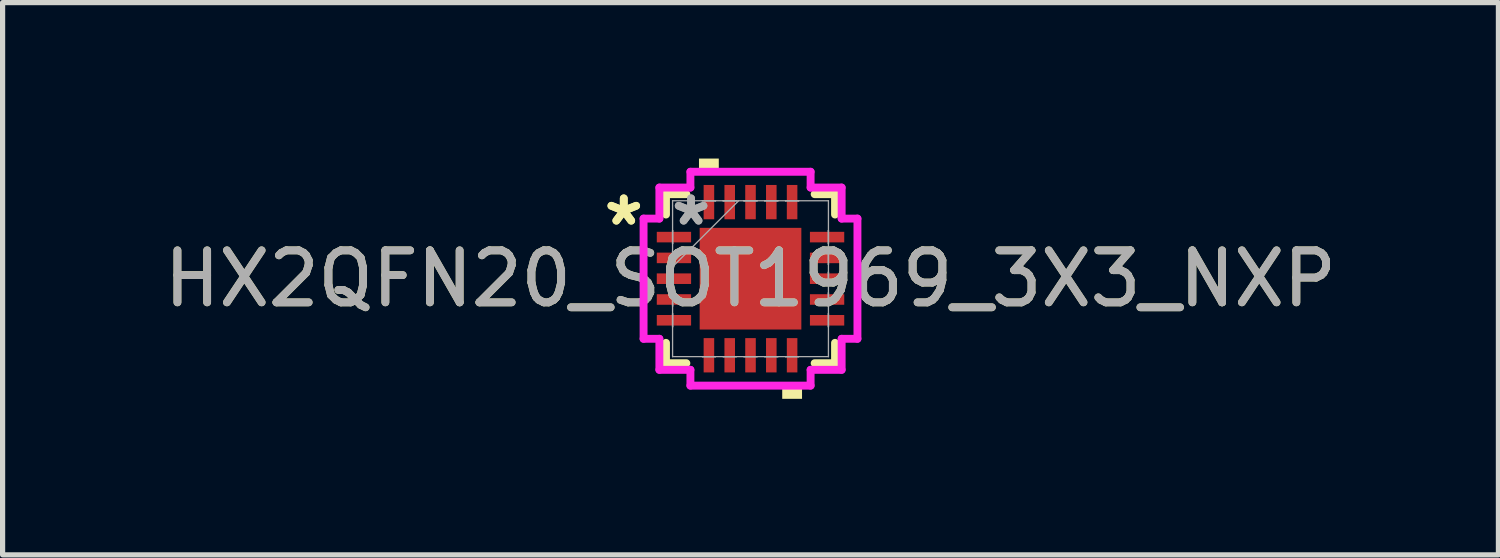
<source format=kicad_pcb>
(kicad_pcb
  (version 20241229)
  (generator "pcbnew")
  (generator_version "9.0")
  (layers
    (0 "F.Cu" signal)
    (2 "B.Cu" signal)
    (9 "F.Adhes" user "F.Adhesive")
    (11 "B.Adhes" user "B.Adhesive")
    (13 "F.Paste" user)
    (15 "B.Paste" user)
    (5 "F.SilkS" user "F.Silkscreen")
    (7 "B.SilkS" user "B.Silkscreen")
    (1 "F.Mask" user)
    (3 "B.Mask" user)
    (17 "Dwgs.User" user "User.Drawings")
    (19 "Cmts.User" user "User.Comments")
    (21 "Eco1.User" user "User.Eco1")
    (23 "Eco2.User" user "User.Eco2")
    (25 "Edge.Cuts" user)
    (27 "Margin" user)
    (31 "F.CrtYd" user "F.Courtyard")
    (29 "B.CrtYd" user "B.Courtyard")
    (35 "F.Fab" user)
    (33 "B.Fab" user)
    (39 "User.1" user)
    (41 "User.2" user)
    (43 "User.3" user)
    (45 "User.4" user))
  (footprint "HX2QFN20_SOT1969_3X3_NXP"
    (layer "F.Cu")
    (at 11.387 2.311)
    (property "Reference" "HX2QFN20_SOT1969_3X3_NXP" (at 0 0 0) (unlocked yes) (layer "F.SilkS") (effects (font (size 1 1) (thickness 0.15))))
    (attr smd)
    (fp_line (start -1.626 -1.626) (end -1.626 -1.234) (stroke (width 0.152) (type solid)) (layer "F.SilkS"))
    (fp_line (start -1.626 1.234) (end -1.626 1.626) (stroke (width 0.152) (type solid)) (layer "F.SilkS"))
    (fp_line (start -1.626 1.626) (end -1.234 1.626) (stroke (width 0.152) (type solid)) (layer "F.SilkS"))
    (fp_line (start -1.234 -1.626) (end -1.626 -1.626) (stroke (width 0.152) (type solid)) (layer "F.SilkS"))
    (fp_line (start 1.234 1.626) (end 1.626 1.626) (stroke (width 0.152) (type solid)) (layer "F.SilkS"))
    (fp_line (start 1.626 -1.626) (end 1.234 -1.626) (stroke (width 0.152) (type solid)) (layer "F.SilkS"))
    (fp_line (start 1.626 -1.234) (end 1.626 -1.626) (stroke (width 0.152) (type solid)) (layer "F.SilkS"))
    (fp_line (start 1.626 1.626) (end 1.626 1.234) (stroke (width 0.152) (type solid)) (layer "F.SilkS"))
    (fp_poly (pts (xy -0.991 -2.057) (xy -0.991 -2.311) (xy -0.61 -2.311) (xy -0.61 -2.057)) (stroke (width 0) (type solid)) (fill yes) (layer "F.SilkS"))
    (fp_poly (pts (xy 0.61 2.057) (xy 0.61 2.311) (xy 0.991 2.311) (xy 0.991 2.057)) (stroke (width 0) (type solid)) (fill yes) (layer "F.SilkS"))
    (fp_line (start -2.057 -1.156) (end -1.753 -1.156) (stroke (width 0.152) (type solid)) (layer "F.CrtYd"))
    (fp_line (start -2.057 1.156) (end -2.057 -1.156) (stroke (width 0.152) (type solid)) (layer "F.CrtYd"))
    (fp_line (start -1.753 -1.753) (end -1.156 -1.753) (stroke (width 0.152) (type solid)) (layer "F.CrtYd"))
    (fp_line (start -1.753 -1.156) (end -1.753 -1.753) (stroke (width 0.152) (type solid)) (layer "F.CrtYd"))
    (fp_line (start -1.753 1.156) (end -2.057 1.156) (stroke (width 0.152) (type solid)) (layer "F.CrtYd"))
    (fp_line (start -1.753 1.753) (end -1.753 1.156) (stroke (width 0.152) (type solid)) (layer "F.CrtYd"))
    (fp_line (start -1.156 -2.057) (end 1.156 -2.057) (stroke (width 0.152) (type solid)) (layer "F.CrtYd"))
    (fp_line (start -1.156 -1.753) (end -1.156 -2.057) (stroke (width 0.152) (type solid)) (layer "F.CrtYd"))
    (fp_line (start -1.156 1.753) (end -1.753 1.753) (stroke (width 0.152) (type solid)) (layer "F.CrtYd"))
    (fp_line (start -1.156 2.057) (end -1.156 1.753) (stroke (width 0.152) (type solid)) (layer "F.CrtYd"))
    (fp_line (start 1.156 -2.057) (end 1.156 -1.753) (stroke (width 0.152) (type solid)) (layer "F.CrtYd"))
    (fp_line (start 1.156 -1.753) (end 1.753 -1.753) (stroke (width 0.152) (type solid)) (layer "F.CrtYd"))
    (fp_line (start 1.156 1.753) (end 1.156 2.057) (stroke (width 0.152) (type solid)) (layer "F.CrtYd"))
    (fp_line (start 1.156 2.057) (end -1.156 2.057) (stroke (width 0.152) (type solid)) (layer "F.CrtYd"))
    (fp_line (start 1.753 -1.753) (end 1.753 -1.156) (stroke (width 0.152) (type solid)) (layer "F.CrtYd"))
    (fp_line (start 1.753 -1.156) (end 2.057 -1.156) (stroke (width 0.152) (type solid)) (layer "F.CrtYd"))
    (fp_line (start 1.753 1.156) (end 1.753 1.753) (stroke (width 0.152) (type solid)) (layer "F.CrtYd"))
    (fp_line (start 1.753 1.753) (end 1.156 1.753) (stroke (width 0.152) (type solid)) (layer "F.CrtYd"))
    (fp_line (start 2.057 -1.156) (end 2.057 1.156) (stroke (width 0.152) (type solid)) (layer "F.CrtYd"))
    (fp_line (start 2.057 1.156) (end 1.753 1.156) (stroke (width 0.152) (type solid)) (layer "F.CrtYd"))
    (fp_line (start -1.499 -1.499) (end -1.499 -1.499) (stroke (width 0.025) (type solid)) (layer "F.Fab"))
    (fp_line (start -1.499 -1.499) (end -1.499 1.499) (stroke (width 0.025) (type solid)) (layer "F.Fab"))
    (fp_line (start -1.499 -0.927) (end -1.499 -0.927) (stroke (width 0.025) (type solid)) (layer "F.Fab"))
    (fp_line (start -1.499 -0.927) (end -1.499 -0.673) (stroke (width 0.025) (type solid)) (layer "F.Fab"))
    (fp_line (start -1.499 -0.673) (end -1.499 -0.927) (stroke (width 0.025) (type solid)) (layer "F.Fab"))
    (fp_line (start -1.499 -0.673) (end -1.499 -0.673) (stroke (width 0.025) (type solid)) (layer "F.Fab"))
    (fp_line (start -1.499 -0.527) (end -1.499 -0.527) (stroke (width 0.025) (type solid)) (layer "F.Fab"))
    (fp_line (start -1.499 -0.527) (end -1.499 -0.273) (stroke (width 0.025) (type solid)) (layer "F.Fab"))
    (fp_line (start -1.499 -0.273) (end -1.499 -0.527) (stroke (width 0.025) (type solid)) (layer "F.Fab"))
    (fp_line (start -1.499 -0.273) (end -1.499 -0.273) (stroke (width 0.025) (type solid)) (layer "F.Fab"))
    (fp_line (start -1.499 -0.229) (end -0.229 -1.499) (stroke (width 0.025) (type solid)) (layer "F.Fab"))
    (fp_line (start -1.499 -0.127) (end -1.499 -0.127) (stroke (width 0.025) (type solid)) (layer "F.Fab"))
    (fp_line (start -1.499 -0.127) (end -1.499 0.127) (stroke (width 0.025) (type solid)) (layer "F.Fab"))
    (fp_line (start -1.499 0.127) (end -1.499 -0.127) (stroke (width 0.025) (type solid)) (layer "F.Fab"))
    (fp_line (start -1.499 0.127) (end -1.499 0.127) (stroke (width 0.025) (type solid)) (layer "F.Fab"))
    (fp_line (start -1.499 0.273) (end -1.499 0.273) (stroke (width 0.025) (type solid)) (layer "F.Fab"))
    (fp_line (start -1.499 0.273) (end -1.499 0.527) (stroke (width 0.025) (type solid)) (layer "F.Fab"))
    (fp_line (start -1.499 0.527) (end -1.499 0.273) (stroke (width 0.025) (type solid)) (layer "F.Fab"))
    (fp_line (start -1.499 0.527) (end -1.499 0.527) (stroke (width 0.025) (type solid)) (layer "F.Fab"))
    (fp_line (start -1.499 0.673) (end -1.499 0.673) (stroke (width 0.025) (type solid)) (layer "F.Fab"))
    (fp_line (start -1.499 0.673) (end -1.499 0.927) (stroke (width 0.025) (type solid)) (layer "F.Fab"))
    (fp_line (start -1.499 0.927) (end -1.499 0.673) (stroke (width 0.025) (type solid)) (layer "F.Fab"))
    (fp_line (start -1.499 0.927) (end -1.499 0.927) (stroke (width 0.025) (type solid)) (layer "F.Fab"))
    (fp_line (start -1.499 1.499) (end -1.499 1.499) (stroke (width 0.025) (type solid)) (layer "F.Fab"))
    (fp_line (start -1.499 1.499) (end 1.499 1.499) (stroke (width 0.025) (type solid)) (layer "F.Fab"))
    (fp_line (start -0.927 -1.499) (end -0.927 -1.499) (stroke (width 0.025) (type solid)) (layer "F.Fab"))
    (fp_line (start -0.927 -1.499) (end -0.673 -1.499) (stroke (width 0.025) (type solid)) (layer "F.Fab"))
    (fp_line (start -0.927 1.499) (end -0.927 1.499) (stroke (width 0.025) (type solid)) (layer "F.Fab"))
    (fp_line (start -0.927 1.499) (end -0.673 1.499) (stroke (width 0.025) (type solid)) (layer "F.Fab"))
    (fp_line (start -0.673 -1.499) (end -0.927 -1.499) (stroke (width 0.025) (type solid)) (layer "F.Fab"))
    (fp_line (start -0.673 -1.499) (end -0.673 -1.499) (stroke (width 0.025) (type solid)) (layer "F.Fab"))
    (fp_line (start -0.673 1.499) (end -0.927 1.499) (stroke (width 0.025) (type solid)) (layer "F.Fab"))
    (fp_line (start -0.673 1.499) (end -0.673 1.499) (stroke (width 0.025) (type solid)) (layer "F.Fab"))
    (fp_line (start -0.527 -1.499) (end -0.527 -1.499) (stroke (width 0.025) (type solid)) (layer "F.Fab"))
    (fp_line (start -0.527 -1.499) (end -0.273 -1.499) (stroke (width 0.025) (type solid)) (layer "F.Fab"))
    (fp_line (start -0.527 1.499) (end -0.527 1.499) (stroke (width 0.025) (type solid)) (layer "F.Fab"))
    (fp_line (start -0.527 1.499) (end -0.273 1.499) (stroke (width 0.025) (type solid)) (layer "F.Fab"))
    (fp_line (start -0.273 -1.499) (end -0.527 -1.499) (stroke (width 0.025) (type solid)) (layer "F.Fab"))
    (fp_line (start -0.273 -1.499) (end -0.273 -1.499) (stroke (width 0.025) (type solid)) (layer "F.Fab"))
    (fp_line (start -0.273 1.499) (end -0.527 1.499) (stroke (width 0.025) (type solid)) (layer "F.Fab"))
    (fp_line (start -0.273 1.499) (end -0.273 1.499) (stroke (width 0.025) (type solid)) (layer "F.Fab"))
    (fp_line (start -0.127 -1.499) (end -0.127 -1.499) (stroke (width 0.025) (type solid)) (layer "F.Fab"))
    (fp_line (start -0.127 -1.499) (end 0.127 -1.499) (stroke (width 0.025) (type solid)) (layer "F.Fab"))
    (fp_line (start -0.127 1.499) (end -0.127 1.499) (stroke (width 0.025) (type solid)) (layer "F.Fab"))
    (fp_line (start -0.127 1.499) (end 0.127 1.499) (stroke (width 0.025) (type solid)) (layer "F.Fab"))
    (fp_line (start 0.127 -1.499) (end -0.127 -1.499) (stroke (width 0.025) (type solid)) (layer "F.Fab"))
    (fp_line (start 0.127 -1.499) (end 0.127 -1.499) (stroke (width 0.025) (type solid)) (layer "F.Fab"))
    (fp_line (start 0.127 1.499) (end -0.127 1.499) (stroke (width 0.025) (type solid)) (layer "F.Fab"))
    (fp_line (start 0.127 1.499) (end 0.127 1.499) (stroke (width 0.025) (type solid)) (layer "F.Fab"))
    (fp_line (start 0.273 -1.499) (end 0.273 -1.499) (stroke (width 0.025) (type solid)) (layer "F.Fab"))
    (fp_line (start 0.273 -1.499) (end 0.527 -1.499) (stroke (width 0.025) (type solid)) (layer "F.Fab"))
    (fp_line (start 0.273 1.499) (end 0.273 1.499) (stroke (width 0.025) (type solid)) (layer "F.Fab"))
    (fp_line (start 0.273 1.499) (end 0.527 1.499) (stroke (width 0.025) (type solid)) (layer "F.Fab"))
    (fp_line (start 0.527 -1.499) (end 0.273 -1.499) (stroke (width 0.025) (type solid)) (layer "F.Fab"))
    (fp_line (start 0.527 -1.499) (end 0.527 -1.499) (stroke (width 0.025) (type solid)) (layer "F.Fab"))
    (fp_line (start 0.527 1.499) (end 0.273 1.499) (stroke (width 0.025) (type solid)) (layer "F.Fab"))
    (fp_line (start 0.527 1.499) (end 0.527 1.499) (stroke (width 0.025) (type solid)) (layer "F.Fab"))
    (fp_line (start 0.673 -1.499) (end 0.673 -1.499) (stroke (width 0.025) (type solid)) (layer "F.Fab"))
    (fp_line (start 0.673 -1.499) (end 0.927 -1.499) (stroke (width 0.025) (type solid)) (layer "F.Fab"))
    (fp_line (start 0.673 1.499) (end 0.673 1.499) (stroke (width 0.025) (type solid)) (layer "F.Fab"))
    (fp_line (start 0.673 1.499) (end 0.927 1.499) (stroke (width 0.025) (type solid)) (layer "F.Fab"))
    (fp_line (start 0.927 -1.499) (end 0.673 -1.499) (stroke (width 0.025) (type solid)) (layer "F.Fab"))
    (fp_line (start 0.927 -1.499) (end 0.927 -1.499) (stroke (width 0.025) (type solid)) (layer "F.Fab"))
    (fp_line (start 0.927 1.499) (end 0.673 1.499) (stroke (width 0.025) (type solid)) (layer "F.Fab"))
    (fp_line (start 0.927 1.499) (end 0.927 1.499) (stroke (width 0.025) (type solid)) (layer "F.Fab"))
    (fp_line (start 1.499 -1.499) (end -1.499 -1.499) (stroke (width 0.025) (type solid)) (layer "F.Fab"))
    (fp_line (start 1.499 -1.499) (end 1.499 -1.499) (stroke (width 0.025) (type solid)) (layer "F.Fab"))
    (fp_line (start 1.499 -0.927) (end 1.499 -0.927) (stroke (width 0.025) (type solid)) (layer "F.Fab"))
    (fp_line (start 1.499 -0.927) (end 1.499 -0.673) (stroke (width 0.025) (type solid)) (layer "F.Fab"))
    (fp_line (start 1.499 -0.673) (end 1.499 -0.927) (stroke (width 0.025) (type solid)) (layer "F.Fab"))
    (fp_line (start 1.499 -0.673) (end 1.499 -0.673) (stroke (width 0.025) (type solid)) (layer "F.Fab"))
    (fp_line (start 1.499 -0.527) (end 1.499 -0.527) (stroke (width 0.025) (type solid)) (layer "F.Fab"))
    (fp_line (start 1.499 -0.527) (end 1.499 -0.273) (stroke (width 0.025) (type solid)) (layer "F.Fab"))
    (fp_line (start 1.499 -0.273) (end 1.499 -0.527) (stroke (width 0.025) (type solid)) (layer "F.Fab"))
    (fp_line (start 1.499 -0.273) (end 1.499 -0.273) (stroke (width 0.025) (type solid)) (layer "F.Fab"))
    (fp_line (start 1.499 -0.127) (end 1.499 -0.127) (stroke (width 0.025) (type solid)) (layer "F.Fab"))
    (fp_line (start 1.499 -0.127) (end 1.499 0.127) (stroke (width 0.025) (type solid)) (layer "F.Fab"))
    (fp_line (start 1.499 0.127) (end 1.499 -0.127) (stroke (width 0.025) (type solid)) (layer "F.Fab"))
    (fp_line (start 1.499 0.127) (end 1.499 0.127) (stroke (width 0.025) (type solid)) (layer "F.Fab"))
    (fp_line (start 1.499 0.273) (end 1.499 0.273) (stroke (width 0.025) (type solid)) (layer "F.Fab"))
    (fp_line (start 1.499 0.273) (end 1.499 0.527) (stroke (width 0.025) (type solid)) (layer "F.Fab"))
    (fp_line (start 1.499 0.527) (end 1.499 0.273) (stroke (width 0.025) (type solid)) (layer "F.Fab"))
    (fp_line (start 1.499 0.527) (end 1.499 0.527) (stroke (width 0.025) (type solid)) (layer "F.Fab"))
    (fp_line (start 1.499 0.673) (end 1.499 0.673) (stroke (width 0.025) (type solid)) (layer "F.Fab"))
    (fp_line (start 1.499 0.673) (end 1.499 0.927) (stroke (width 0.025) (type solid)) (layer "F.Fab"))
    (fp_line (start 1.499 0.927) (end 1.499 0.673) (stroke (width 0.025) (type solid)) (layer "F.Fab"))
    (fp_line (start 1.499 0.927) (end 1.499 0.927) (stroke (width 0.025) (type solid)) (layer "F.Fab"))
    (fp_line (start 1.499 1.499) (end 1.499 -1.499) (stroke (width 0.025) (type solid)) (layer "F.Fab"))
    (fp_line (start 1.499 1.499) (end 1.499 1.499) (stroke (width 0.025) (type solid)) (layer "F.Fab"))
    (fp_text user "*" (at -2.438 -1 0) (layer "F.SilkS") (effects (font (size 1 1) (thickness 0.15))))
    (fp_text user "*" (at -2.438 -1 0) (unlocked yes) (layer "F.SilkS") (effects (font (size 1 1) (thickness 0.15))))
    (fp_text user "*" (at -1.143 -1 0) (unlocked yes) (layer "F.Fab") (effects (font (size 1 1) (thickness 0.15))))
    (fp_text user "*" (at -1.143 -1 0) (layer "F.Fab") (effects (font (size 1 1) (thickness 0.15))))
    (fp_text user "${REFERENCE}" (at 0 0 0) (unlocked yes) (layer "F.Fab") (effects (font (size 1 1) (thickness 0.15))))
    (pad "1" smd rect (at -1.473 -0.8 90) (size 0.203 0.66) (layers "F.Cu" "F.Mask" "F.Paste"))
    (pad "2" smd rect (at -1.473 -0.4 90) (size 0.203 0.66) (layers "F.Cu" "F.Mask" "F.Paste"))
    (pad "3" smd rect (at -1.473 0 90) (size 0.203 0.66) (layers "F.Cu" "F.Mask" "F.Paste"))
    (pad "4" smd rect (at -1.473 0.4 90) (size 0.203 0.66) (layers "F.Cu" "F.Mask" "F.Paste"))
    (pad "5" smd rect (at -1.473 0.8 90) (size 0.203 0.66) (layers "F.Cu" "F.Mask" "F.Paste"))
    (pad "6" smd rect (at -0.8 1.473) (size 0.203 0.66) (layers "F.Cu" "F.Mask" "F.Paste"))
    (pad "7" smd rect (at -0.4 1.473) (size 0.203 0.66) (layers "F.Cu" "F.Mask" "F.Paste"))
    (pad "8" smd rect (at 0 1.473) (size 0.203 0.66) (layers "F.Cu" "F.Mask" "F.Paste"))
    (pad "9" smd rect (at 0.4 1.473) (size 0.203 0.66) (layers "F.Cu" "F.Mask" "F.Paste"))
    (pad "10" smd rect (at 0.8 1.473) (size 0.203 0.66) (layers "F.Cu" "F.Mask" "F.Paste"))
    (pad "11" smd rect (at 1.473 0.8 90) (size 0.203 0.66) (layers "F.Cu" "F.Mask" "F.Paste"))
    (pad "12" smd rect (at 1.473 0.4 90) (size 0.203 0.66) (layers "F.Cu" "F.Mask" "F.Paste"))
    (pad "13" smd rect (at 1.473 0 90) (size 0.203 0.66) (layers "F.Cu" "F.Mask" "F.Paste"))
    (pad "14" smd rect (at 1.473 -0.4 90) (size 0.203 0.66) (layers "F.Cu" "F.Mask" "F.Paste"))
    (pad "15" smd rect (at 1.473 -0.8 90) (size 0.203 0.66) (layers "F.Cu" "F.Mask" "F.Paste"))
    (pad "16" smd rect (at 0.8 -1.473) (size 0.203 0.66) (layers "F.Cu" "F.Mask" "F.Paste"))
    (pad "17" smd rect (at 0.4 -1.473) (size 0.203 0.66) (layers "F.Cu" "F.Mask" "F.Paste"))
    (pad "18" smd rect (at 0 -1.473) (size 0.203 0.66) (layers "F.Cu" "F.Mask" "F.Paste"))
    (pad "19" smd rect (at -0.4 -1.473) (size 0.203 0.66) (layers "F.Cu" "F.Mask" "F.Paste"))
    (pad "20" smd rect (at -0.8 -1.473) (size 0.203 0.66) (layers "F.Cu" "F.Mask" "F.Paste"))
    (pad "21" smd rect (at 0 0) (size 1.956 1.956) (layers "F.Cu" "F.Mask" "F.Paste")))
  (gr_rect
    (start -3 -3)
    (end 25.774 7.623)
    (stroke (width 0.1) (type default))
    (fill no)
    (layer "Edge.Cuts")))
</source>
